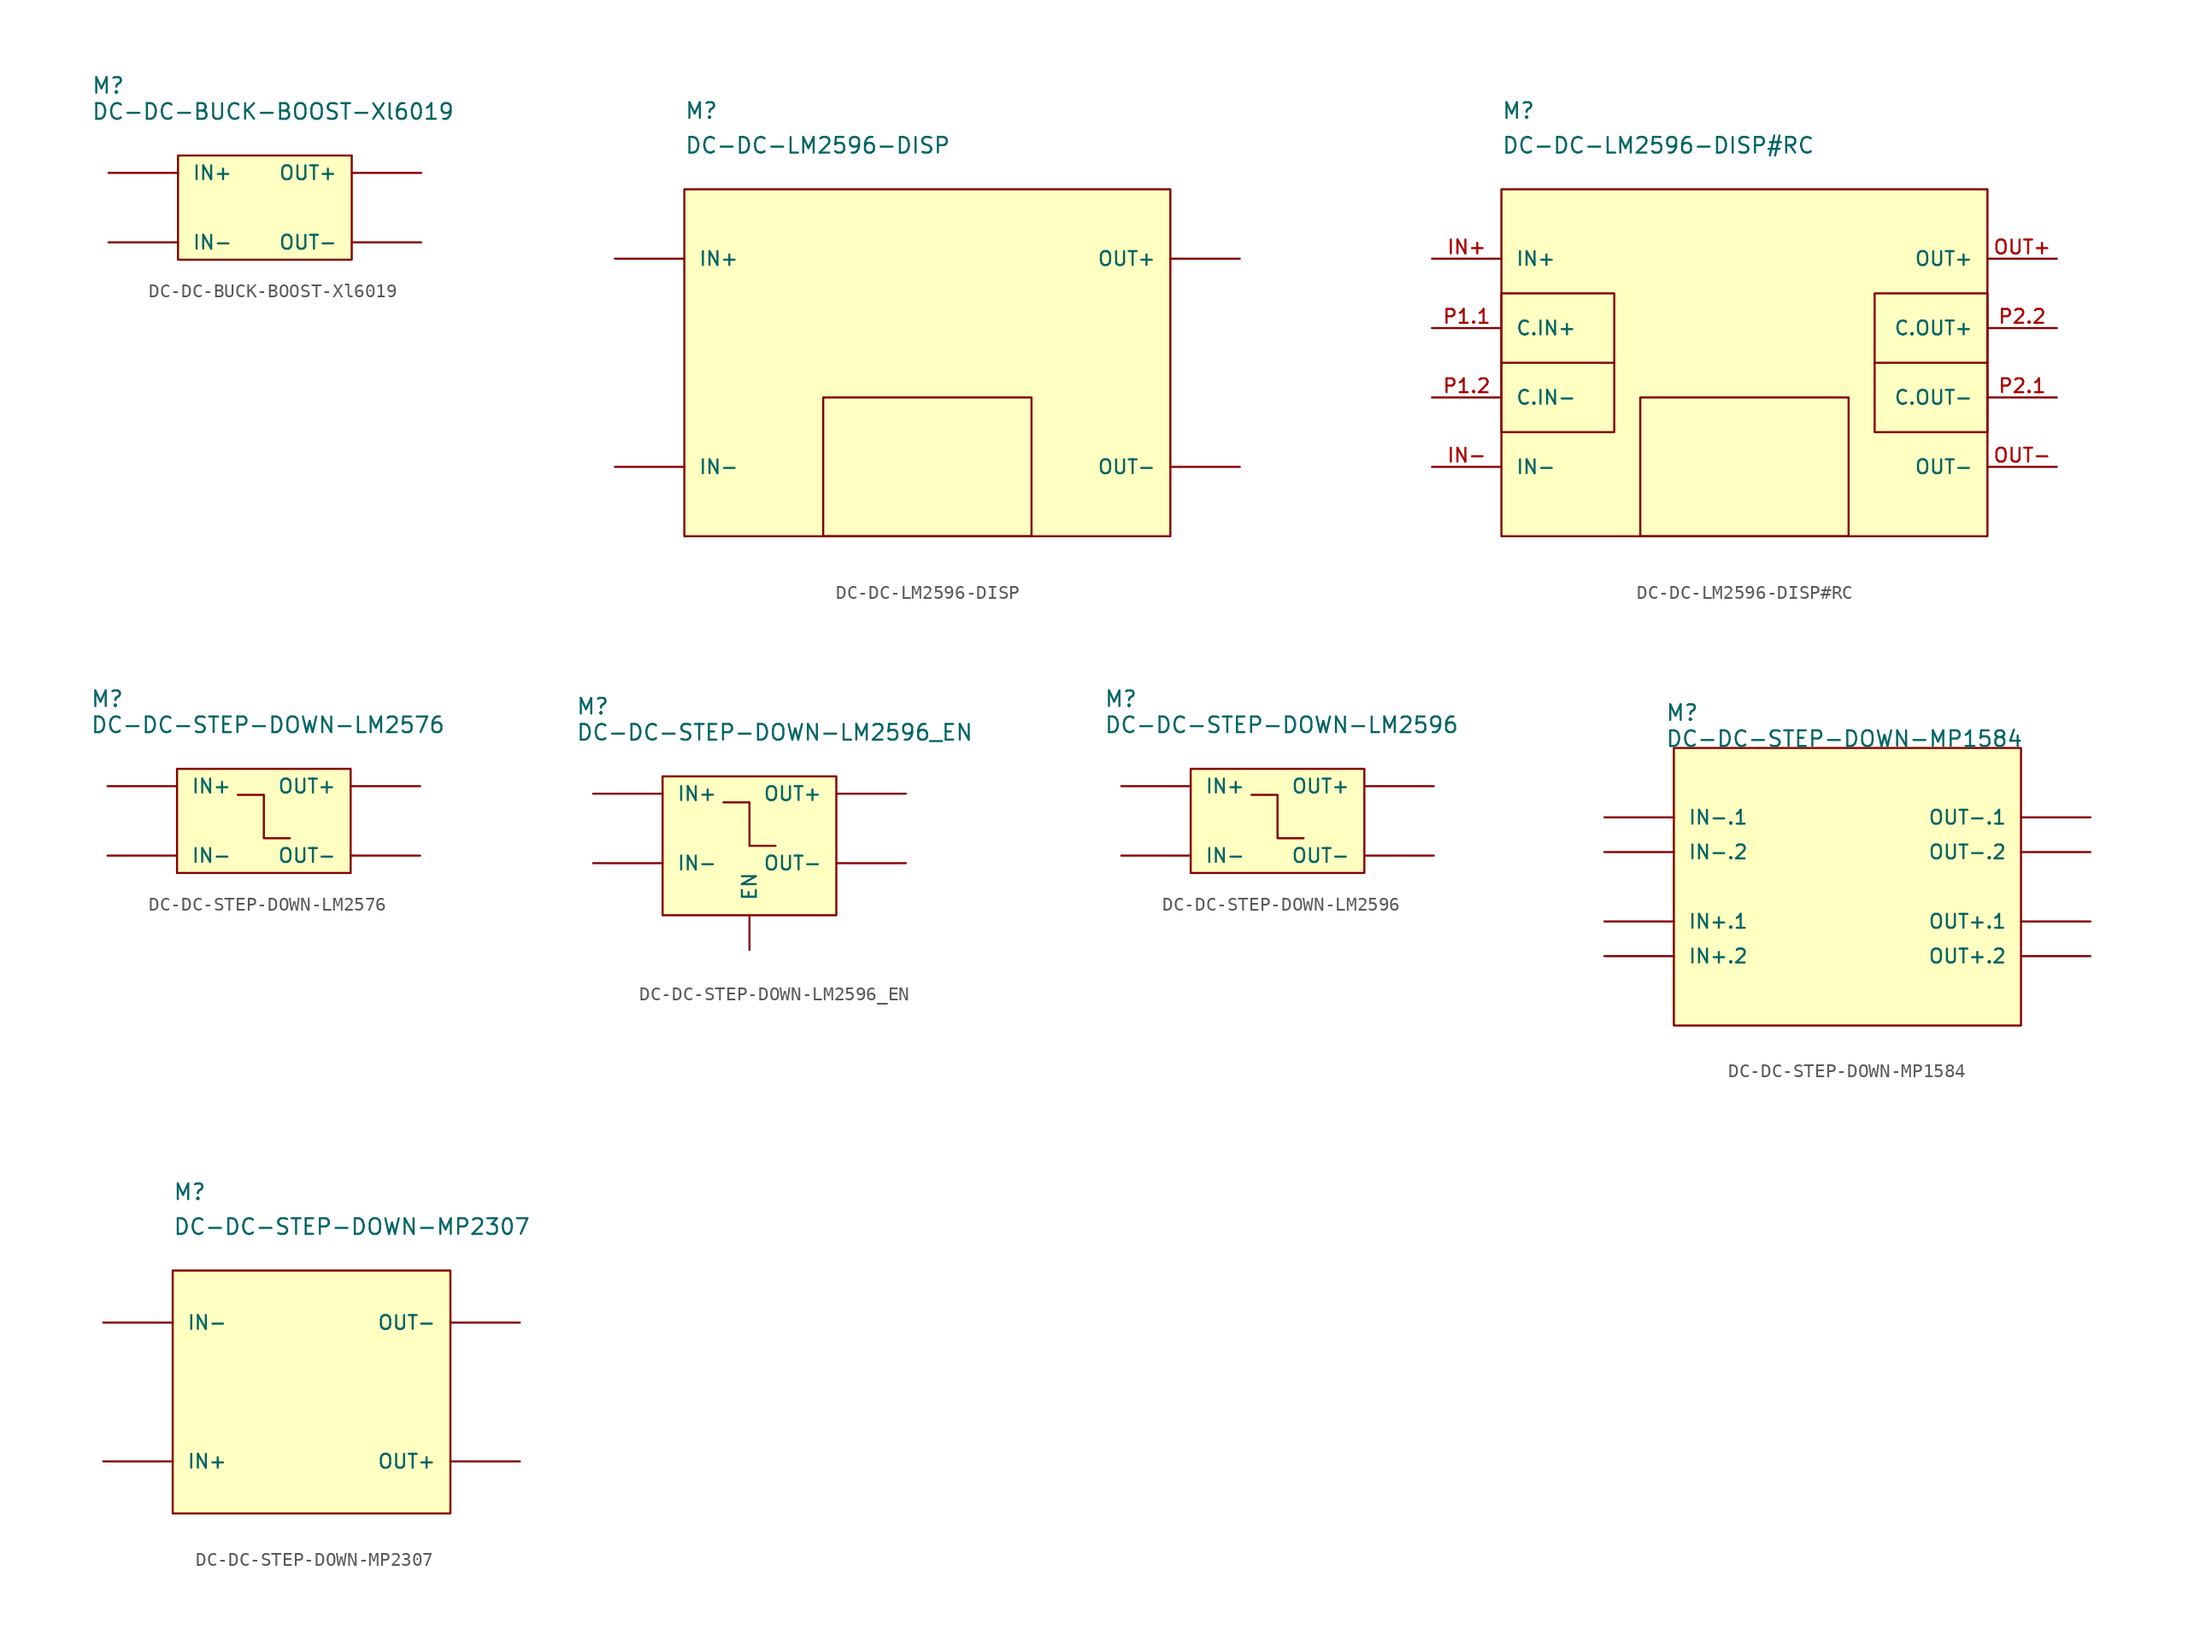
<source format=kicad_sym>
(kicad_symbol_lib
  (version 20211014)
  (generator kicad_symbol_editor)
  (symbol "DC-DC-BUCK-BOOST-Xl6019"
    (pin_numbers hide)
    (pin_names
      (offset 1.016))
    (property "Reference" "M"
      (at -12.7 8.255 0)
      (effects (font (size 1.143 1.143)) (justify left bottom)))
    (property "Value" "DC-DC-BUCK-BOOST-Xl6019"
      (at -12.7 6.35 0)
      (effects (font (size 1.143 1.143)) (justify left bottom)))
    (property "ki_locked" ""
      (at 0 0 0)
      (effects (font (size 1.27 1.27))))
    (symbol "DC-DC-BUCK-BOOST-Xl6019_1_1"
      (rectangle (start -6.35 3.81) (end 6.35 -3.81) (stroke (width 0) (type default) (color 0 0 0 0)) (fill (type background)))
      (pin bidirectional line (at -11.43 2.54 0) (length 5.08) (name "IN+" (effects (font (size 1.016 1.016)))) (number "IN+" (effects (font (size 1.016 1.016)))))
      (pin bidirectional line (at -11.43 -2.54 0) (length 5.08) (name "IN-" (effects (font (size 1.016 1.016)))) (number "IN-" (effects (font (size 1.016 1.016)))))
      (pin bidirectional line (at 11.43 2.54 180) (length 5.08) (name "OUT+" (effects (font (size 1.016 1.016)))) (number "OUT+" (effects (font (size 1.016 1.016)))))
      (pin bidirectional line (at 11.43 -2.54 180) (length 5.08) (name "OUT-" (effects (font (size 1.016 1.016)))) (number "OUT-" (effects (font (size 1.016 1.016)))))))
  (symbol "DC-DC-LM2596-DISP"
    (pin_numbers hide)
    (pin_names
      (offset 1.016))
    (property "Reference" "M"
      (at -17.78 17.78 0)
      (effects (font (size 1.143 1.143)) (justify left bottom)))
    (property "Value" "DC-DC-LM2596-DISP"
      (at -17.78 15.24 0)
      (effects (font (size 1.143 1.143)) (justify left bottom)))
    (property "ki_locked" ""
      (at 0 0 0)
      (effects (font (size 1.27 1.27))))
    (symbol "DC-DC-LM2596-DISP_1_1"
      (rectangle (start -17.78 12.7) (end 17.78 -12.7) (stroke (width 0) (type default) (color 0 0 0 0)) (fill (type background)))
      (rectangle (start -7.62 -2.54) (end 7.62 -12.7) (stroke (width 0) (type default) (color 0 0 0 0)) (fill (type none)))
      (pin bidirectional line (at -22.86 7.62 0) (length 5.08) (name "IN+" (effects (font (size 1.016 1.016)))) (number "IN+" (effects (font (size 1.016 1.016)))))
      (pin bidirectional line (at -22.86 -7.62 0) (length 5.08) (name "IN-" (effects (font (size 1.016 1.016)))) (number "IN-" (effects (font (size 1.016 1.016)))))
      (pin bidirectional line (at 22.86 7.62 180) (length 5.08) (name "OUT+" (effects (font (size 1.016 1.016)))) (number "OUT+" (effects (font (size 1.016 1.016)))))
      (pin bidirectional line (at 22.86 -7.62 180) (length 5.08) (name "OUT-" (effects (font (size 1.016 1.016)))) (number "OUT-" (effects (font (size 1.016 1.016)))))))
  (symbol "DC-DC-LM2596-DISP#RC"
    (pin_names
      (offset 1.016))
    (property "Reference" "M"
      (at -17.78 17.78 0)
      (effects (font (size 1.143 1.143)) (justify left bottom)))
    (property "Value" "DC-DC-LM2596-DISP#RC"
      (at -17.78 15.24 0)
      (effects (font (size 1.143 1.143)) (justify left bottom)))
    (property "ki_locked" ""
      (at 0 0 0)
      (effects (font (size 1.27 1.27))))
    (symbol "DC-DC-LM2596-DISP#RC_1_0"
      (rectangle (start -17.78 12.7) (end 17.78 -12.7) (stroke (width 0) (type default) (color 0 0 0 0)) (fill (type background)))
      (rectangle (start -9.525 5.08) (end -17.78 -5.08) (stroke (width 0) (type default) (color 0 0 0 0)) (fill (type none)))
      (rectangle (start -7.62 -2.54) (end 7.62 -12.7) (stroke (width 0) (type default) (color 0 0 0 0)) (fill (type none)))
      (polyline (pts (xy -17.78 0) (xy -9.525 0)) (stroke (width 0) (type default) (color 0 0 0 0)) (fill (type none)))
      (polyline (pts (xy 9.525 0) (xy 17.78 0)) (stroke (width 0) (type default) (color 0 0 0 0)) (fill (type none)))
      (rectangle (start 9.525 5.08) (end 17.78 -5.08) (stroke (width 0) (type default) (color 0 0 0 0)) (fill (type none))))
    (symbol "DC-DC-LM2596-DISP#RC_1_1"
      (pin bidirectional line (at -22.86 7.62 0) (length 5.08) (name "IN+" (effects (font (size 1.016 1.016)))) (number "IN+" (effects (font (size 1.016 1.016)))))
      (pin bidirectional line (at -22.86 -7.62 0) (length 5.08) (name "IN-" (effects (font (size 1.016 1.016)))) (number "IN-" (effects (font (size 1.016 1.016)))))
      (pin bidirectional line (at 22.86 7.62 180) (length 5.08) (name "OUT+" (effects (font (size 1.016 1.016)))) (number "OUT+" (effects (font (size 1.016 1.016)))))
      (pin bidirectional line (at 22.86 -7.62 180) (length 5.08) (name "OUT-" (effects (font (size 1.016 1.016)))) (number "OUT-" (effects (font (size 1.016 1.016)))))
      (pin bidirectional line (at -22.86 2.54 0) (length 5.08) (name "C.IN+" (effects (font (size 1.016 1.016)))) (number "P1.1" (effects (font (size 1.016 1.016)))))
      (pin bidirectional line (at -22.86 -2.54 0) (length 5.08) (name "C.IN-" (effects (font (size 1.016 1.016)))) (number "P1.2" (effects (font (size 1.016 1.016)))))
      (pin bidirectional line (at 22.86 -2.54 180) (length 5.08) (name "C.OUT-" (effects (font (size 1.016 1.016)))) (number "P2.1" (effects (font (size 1.016 1.016)))))
      (pin bidirectional line (at 22.86 2.54 180) (length 5.08) (name "C.OUT+" (effects (font (size 1.016 1.016)))) (number "P2.2" (effects (font (size 1.016 1.016)))))))
  (symbol "DC-DC-STEP-DOWN-LM2576"
    (pin_numbers hide)
    (pin_names
      (offset 1.016))
    (property "Reference" "M"
      (at -12.7 8.255 0)
      (effects (font (size 1.143 1.143)) (justify left bottom)))
    (property "Value" "DC-DC-STEP-DOWN-LM2576"
      (at -12.7 6.35 0)
      (effects (font (size 1.143 1.143)) (justify left bottom)))
    (property "ki_locked" ""
      (at 0 0 0)
      (effects (font (size 1.27 1.27))))
    (symbol "DC-DC-STEP-DOWN-LM2576_1_1"
      (rectangle (start -6.35 3.81) (end 6.35 -3.81) (stroke (width 0) (type default) (color 0 0 0 0)) (fill (type background)))
      (polyline (pts (xy -1.905 1.905) (xy 0 1.905) (xy 0 -1.27) (xy 1.905 -1.27)) (stroke (width 0) (type default) (color 0 0 0 0)) (fill (type none)))
      (pin bidirectional line (at -11.43 2.54 0) (length 5.08) (name "IN+" (effects (font (size 1.016 1.016)))) (number "IN+" (effects (font (size 1.016 1.016)))))
      (pin bidirectional line (at -11.43 -2.54 0) (length 5.08) (name "IN-" (effects (font (size 1.016 1.016)))) (number "IN-" (effects (font (size 1.016 1.016)))))
      (pin bidirectional line (at 11.43 2.54 180) (length 5.08) (name "OUT+" (effects (font (size 1.016 1.016)))) (number "OUT+" (effects (font (size 1.016 1.016)))))
      (pin bidirectional line (at 11.43 -2.54 180) (length 5.08) (name "OUT-" (effects (font (size 1.016 1.016)))) (number "OUT-" (effects (font (size 1.016 1.016)))))))
  (symbol "DC-DC-STEP-DOWN-LM2596_EN"
    (pin_numbers hide)
    (pin_names
      (offset 1.016))
    (property "Reference" "M"
      (at -12.7 8.255 0)
      (effects (font (size 1.143 1.143)) (justify left bottom)))
    (property "Value" "DC-DC-STEP-DOWN-LM2596_EN"
      (at -12.7 6.35 0)
      (effects (font (size 1.143 1.143)) (justify left bottom)))
    (property "ki_locked" ""
      (at 0 0 0)
      (effects (font (size 1.27 1.27))))
    (symbol "DC-DC-STEP-DOWN-LM2596_EN_1_1"
      (rectangle (start -6.35 3.81) (end 6.35 -6.35) (stroke (width 0) (type default) (color 0 0 0 0)) (fill (type background)))
      (polyline (pts (xy -1.905 1.905) (xy 0 1.905) (xy 0 -1.27) (xy 1.905 -1.27)) (stroke (width 0) (type default) (color 0 0 0 0)) (fill (type none)))
      (pin input line (at 0 -8.89 90) (length 2.54) (name "EN" (effects (font (size 1.016 1.016)))) (number "EN" (effects (font (size 1.016 1.016)))))
      (pin bidirectional line (at -11.43 2.54 0) (length 5.08) (name "IN+" (effects (font (size 1.016 1.016)))) (number "IN+" (effects (font (size 1.016 1.016)))))
      (pin bidirectional line (at -11.43 -2.54 0) (length 5.08) (name "IN-" (effects (font (size 1.016 1.016)))) (number "IN-" (effects (font (size 1.016 1.016)))))
      (pin bidirectional line (at 11.43 2.54 180) (length 5.08) (name "OUT+" (effects (font (size 1.016 1.016)))) (number "OUT+" (effects (font (size 1.016 1.016)))))
      (pin bidirectional line (at 11.43 -2.54 180) (length 5.08) (name "OUT-" (effects (font (size 1.016 1.016)))) (number "OUT-" (effects (font (size 1.016 1.016)))))))
  (symbol "DC-DC-STEP-DOWN-LM2596"
    (pin_numbers hide)
    (pin_names
      (offset 1.016))
    (property "Reference" "M"
      (at -12.7 8.255 0)
      (effects (font (size 1.143 1.143)) (justify left bottom)))
    (property "Value" "DC-DC-STEP-DOWN-LM2596"
      (at -12.7 6.35 0)
      (effects (font (size 1.143 1.143)) (justify left bottom)))
    (property "ki_locked" ""
      (at 0 0 0)
      (effects (font (size 1.27 1.27))))
    (symbol "DC-DC-STEP-DOWN-LM2596_1_1"
      (rectangle (start -6.35 3.81) (end 6.35 -3.81) (stroke (width 0) (type default) (color 0 0 0 0)) (fill (type background)))
      (polyline (pts (xy -1.905 1.905) (xy 0 1.905) (xy 0 -1.27) (xy 1.905 -1.27)) (stroke (width 0) (type default) (color 0 0 0 0)) (fill (type none)))
      (pin bidirectional line (at -11.43 2.54 0) (length 5.08) (name "IN+" (effects (font (size 1.016 1.016)))) (number "IN+" (effects (font (size 1.016 1.016)))))
      (pin bidirectional line (at -11.43 -2.54 0) (length 5.08) (name "IN-" (effects (font (size 1.016 1.016)))) (number "IN-" (effects (font (size 1.016 1.016)))))
      (pin bidirectional line (at 11.43 2.54 180) (length 5.08) (name "OUT+" (effects (font (size 1.016 1.016)))) (number "OUT+" (effects (font (size 1.016 1.016)))))
      (pin bidirectional line (at 11.43 -2.54 180) (length 5.08) (name "OUT-" (effects (font (size 1.016 1.016)))) (number "OUT-" (effects (font (size 1.016 1.016)))))))
  (symbol "DC-DC-STEP-DOWN-MP1584"
    (pin_numbers hide)
    (pin_names
      (offset 1.016))
    (property "Reference" "M"
      (at -13.335 12.065 0)
      (effects (font (size 1.143 1.143)) (justify left bottom)))
    (property "Value" "DC-DC-STEP-DOWN-MP1584"
      (at -13.335 10.16 0)
      (effects (font (size 1.143 1.143)) (justify left bottom)))
    (property "ki_locked" ""
      (at 0 0 0)
      (effects (font (size 1.27 1.27))))
    (symbol "DC-DC-STEP-DOWN-MP1584_1_0"
      (rectangle (start -12.7 10.16) (end 12.7 -10.16) (stroke (width 0) (type default) (color 0 0 0 0)) (fill (type background))))
    (symbol "DC-DC-STEP-DOWN-MP1584_1_1"
      (pin bidirectional line (at -17.78 -2.54 0) (length 5.08) (name "IN+.1" (effects (font (size 1.016 1.016)))) (number "IN+.1" (effects (font (size 1.016 1.016)))))
      (pin bidirectional line (at -17.78 -5.08 0) (length 5.08) (name "IN+.2" (effects (font (size 1.016 1.016)))) (number "IN+.2" (effects (font (size 1.016 1.016)))))
      (pin bidirectional line (at -17.78 5.08 0) (length 5.08) (name "IN-.1" (effects (font (size 1.016 1.016)))) (number "IN-.1" (effects (font (size 1.016 1.016)))))
      (pin bidirectional line (at -17.78 2.54 0) (length 5.08) (name "IN-.2" (effects (font (size 1.016 1.016)))) (number "IN-.2" (effects (font (size 1.016 1.016)))))
      (pin bidirectional line (at 17.78 -2.54 180) (length 5.08) (name "OUT+.1" (effects (font (size 1.016 1.016)))) (number "OUT+.1" (effects (font (size 1.016 1.016)))))
      (pin bidirectional line (at 17.78 -5.08 180) (length 5.08) (name "OUT+.2" (effects (font (size 1.016 1.016)))) (number "OUT+.2" (effects (font (size 1.016 1.016)))))
      (pin bidirectional line (at 17.78 5.08 180) (length 5.08) (name "OUT-.1" (effects (font (size 1.016 1.016)))) (number "OUT-.1" (effects (font (size 1.016 1.016)))))
      (pin bidirectional line (at 17.78 2.54 180) (length 5.08) (name "OUT-.2" (effects (font (size 1.016 1.016)))) (number "OUT-.2" (effects (font (size 1.016 1.016)))))))
  (symbol "DC-DC-STEP-DOWN-MP2307"
    (pin_numbers hide)
    (pin_names
      (offset 1.016))
    (property "Reference" "M"
      (at -10.16 13.97 0)
      (effects (font (size 1.143 1.143)) (justify left bottom)))
    (property "Value" "DC-DC-STEP-DOWN-MP2307"
      (at -10.16 11.43 0)
      (effects (font (size 1.143 1.143)) (justify left bottom)))
    (property "ki_locked" ""
      (at 0 0 0)
      (effects (font (size 1.27 1.27))))
    (symbol "DC-DC-STEP-DOWN-MP2307_1_0"
      (rectangle (start -10.16 8.89) (end 10.16 -8.89) (stroke (width 0) (type default) (color 0 0 0 0)) (fill (type background))))
    (symbol "DC-DC-STEP-DOWN-MP2307_1_1"
      (pin bidirectional line (at -15.24 -5.08 0) (length 5.08) (name "IN+" (effects (font (size 1.016 1.016)))) (number "IN+" (effects (font (size 1.016 1.016)))))
      (pin bidirectional line (at -15.24 5.08 0) (length 5.08) (name "IN-" (effects (font (size 1.016 1.016)))) (number "IN-" (effects (font (size 1.016 1.016)))))
      (pin bidirectional line (at 15.24 -5.08 180) (length 5.08) (name "OUT+" (effects (font (size 1.016 1.016)))) (number "OUT+" (effects (font (size 1.016 1.016)))))
      (pin bidirectional line (at 15.24 5.08 180) (length 5.08) (name "OUT-" (effects (font (size 1.016 1.016)))) (number "OUT-" (effects (font (size 1.016 1.016))))))))
</source>
